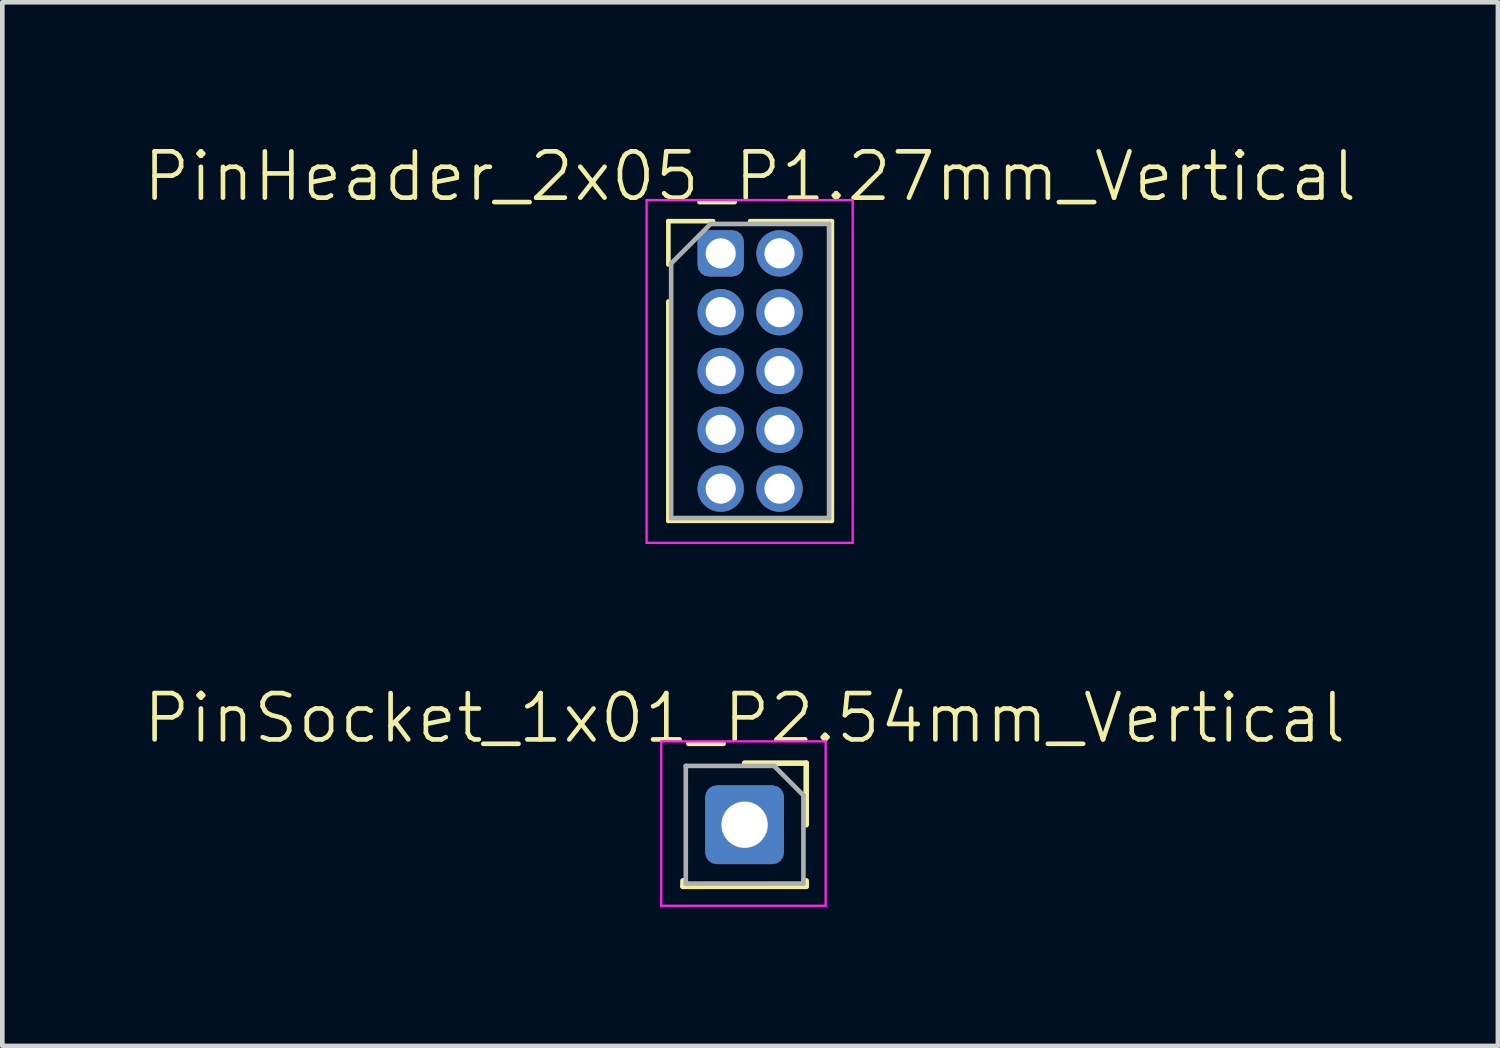
<source format=kicad_pcb>
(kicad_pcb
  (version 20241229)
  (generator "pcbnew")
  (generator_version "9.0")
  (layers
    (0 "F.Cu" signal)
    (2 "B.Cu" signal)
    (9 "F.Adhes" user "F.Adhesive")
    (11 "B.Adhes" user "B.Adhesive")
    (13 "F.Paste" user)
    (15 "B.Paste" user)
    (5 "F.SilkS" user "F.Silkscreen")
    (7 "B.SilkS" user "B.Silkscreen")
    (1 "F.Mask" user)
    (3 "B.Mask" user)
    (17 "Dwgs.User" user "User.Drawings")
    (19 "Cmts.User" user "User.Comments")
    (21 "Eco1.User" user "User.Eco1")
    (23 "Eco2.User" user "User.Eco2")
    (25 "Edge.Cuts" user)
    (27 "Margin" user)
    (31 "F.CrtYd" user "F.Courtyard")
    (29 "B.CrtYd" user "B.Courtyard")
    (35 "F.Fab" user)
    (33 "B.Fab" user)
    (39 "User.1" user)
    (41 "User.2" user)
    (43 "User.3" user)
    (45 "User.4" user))
  (footprint "PinHeader_2x05_P1.27mm_Vertical"
    (layer "F.Cu")
    (at 13.145 4.96)
    (property "Reference" "PinHeader_2x05_P1.27mm_Vertical" (at 0 -4.2 0) (layer "F.SilkS") (effects (font (size 1 1) (thickness 0.1))))
    (attr through_hole)
    (fp_line (start -1.765 -3.235) (end -0.8 -3.235) (stroke (width 0.1) (type solid)) (layer "F.SilkS"))
    (fp_line (start -1.765 -2.3) (end -1.765 -3.235) (stroke (width 0.1) (type solid)) (layer "F.SilkS"))
    (fp_line (start -1.765 -1.5) (end -1.765 3.235) (stroke (width 0.1) (type solid)) (layer "F.SilkS"))
    (fp_line (start -1.765 3.235) (end 1.765 3.235) (stroke (width 0.1) (type solid)) (layer "F.SilkS"))
    (fp_line (start 0 -3.235) (end 1.765 -3.235) (stroke (width 0.1) (type solid)) (layer "F.SilkS"))
    (fp_line (start 1.765 -3.235) (end 1.765 3.235) (stroke (width 0.1) (type solid)) (layer "F.SilkS"))
    (fp_line (start -2.235 -3.69) (end -2.235 3.71) (stroke (width 0.05) (type solid)) (layer "F.CrtYd"))
    (fp_line (start -2.235 3.71) (end 2.215 3.71) (stroke (width 0.05) (type solid)) (layer "F.CrtYd"))
    (fp_line (start 2.215 -3.69) (end -2.235 -3.69) (stroke (width 0.05) (type solid)) (layer "F.CrtYd"))
    (fp_line (start 2.215 3.71) (end 2.215 -3.69) (stroke (width 0.05) (type solid)) (layer "F.CrtYd"))
    (fp_line (start -1.705 -2.322) (end -0.853 -3.175) (stroke (width 0.1) (type solid)) (layer "F.Fab"))
    (fp_line (start -1.705 3.175) (end -1.705 -2.322) (stroke (width 0.1) (type solid)) (layer "F.Fab"))
    (fp_line (start -0.853 -3.175) (end 1.705 -3.175) (stroke (width 0.1) (type solid)) (layer "F.Fab"))
    (fp_line (start 1.705 -3.175) (end 1.705 3.175) (stroke (width 0.1) (type solid)) (layer "F.Fab"))
    (fp_line (start 1.705 3.175) (end -1.705 3.175) (stroke (width 0.1) (type solid)) (layer "F.Fab"))
    (pad "1" thru_hole roundrect (at -0.635 -2.54) (size 1 1) (drill 0.65) (layers "*.Cu" "*.Mask") (roundrect_rratio 0.25))
    (pad "2" thru_hole oval (at 0.635 -2.54) (size 1 1) (drill 0.65) (layers "*.Cu" "*.Mask"))
    (pad "3" thru_hole oval (at -0.635 -1.27) (size 1 1) (drill 0.65) (layers "*.Cu" "*.Mask"))
    (pad "4" thru_hole oval (at 0.635 -1.27) (size 1 1) (drill 0.65) (layers "*.Cu" "*.Mask"))
    (pad "5" thru_hole oval (at -0.635 0) (size 1 1) (drill 0.65) (layers "*.Cu" "*.Mask"))
    (pad "6" thru_hole oval (at 0.635 0) (size 1 1) (drill 0.65) (layers "*.Cu" "*.Mask"))
    (pad "7" thru_hole oval (at -0.635 1.27) (size 1 1) (drill 0.65) (layers "*.Cu" "*.Mask"))
    (pad "8" thru_hole oval (at 0.635 1.27) (size 1 1) (drill 0.65) (layers "*.Cu" "*.Mask"))
    (pad "9" thru_hole oval (at -0.635 2.54) (size 1 1) (drill 0.65) (layers "*.Cu" "*.Mask"))
    (pad "10" thru_hole oval (at 0.635 2.54) (size 1 1) (drill 0.65) (layers "*.Cu" "*.Mask")))
  (footprint "PinSocket_1x01_P2.54mm_Vertical"
    (layer "F.Cu")
    (at 13.026 14.756)
    (property "Reference" "PinSocket_1x01_P2.54mm_Vertical" (at 0 -2.3 0) (layer "F.SilkS") (effects (font (size 1 1) (thickness 0.1))))
    (attr through_hole)
    (fp_line (start -1.33 1.21) (end -1.33 1.33) (stroke (width 0.12) (type solid)) (layer "F.SilkS"))
    (fp_line (start -1.33 1.33) (end 1.33 1.33) (stroke (width 0.12) (type solid)) (layer "F.SilkS"))
    (fp_line (start 0 -1.33) (end 1.33 -1.33) (stroke (width 0.12) (type solid)) (layer "F.SilkS"))
    (fp_line (start 1.33 -1.33) (end 1.33 0) (stroke (width 0.12) (type solid)) (layer "F.SilkS"))
    (fp_line (start 1.33 1.21) (end 1.33 1.33) (stroke (width 0.12) (type solid)) (layer "F.SilkS"))
    (fp_line (start -1.8 -1.8) (end 1.75 -1.8) (stroke (width 0.05) (type solid)) (layer "F.CrtYd"))
    (fp_line (start -1.8 1.75) (end -1.8 -1.8) (stroke (width 0.05) (type solid)) (layer "F.CrtYd"))
    (fp_line (start 1.75 -1.8) (end 1.75 1.75) (stroke (width 0.05) (type solid)) (layer "F.CrtYd"))
    (fp_line (start 1.75 1.75) (end -1.8 1.75) (stroke (width 0.05) (type solid)) (layer "F.CrtYd"))
    (fp_line (start -1.27 -1.27) (end 0.635 -1.27) (stroke (width 0.1) (type solid)) (layer "F.Fab"))
    (fp_line (start -1.27 1.27) (end -1.27 -1.27) (stroke (width 0.1) (type solid)) (layer "F.Fab"))
    (fp_line (start 0.635 -1.27) (end 1.27 -0.635) (stroke (width 0.1) (type solid)) (layer "F.Fab"))
    (fp_line (start 1.27 -0.635) (end 1.27 1.27) (stroke (width 0.1) (type solid)) (layer "F.Fab"))
    (fp_line (start 1.27 1.27) (end -1.27 1.27) (stroke (width 0.1) (type solid)) (layer "F.Fab"))
    (pad "1" thru_hole roundrect (at 0 0) (size 1.7 1.7) (drill 1) (layers "*.Cu" "*.Mask") (roundrect_rratio 0.147)))
  (gr_rect
    (start -3 -3)
    (end 29.29 19.531)
    (stroke (width 0.1) (type default))
    (fill no)
    (layer "Edge.Cuts")))
</source>
